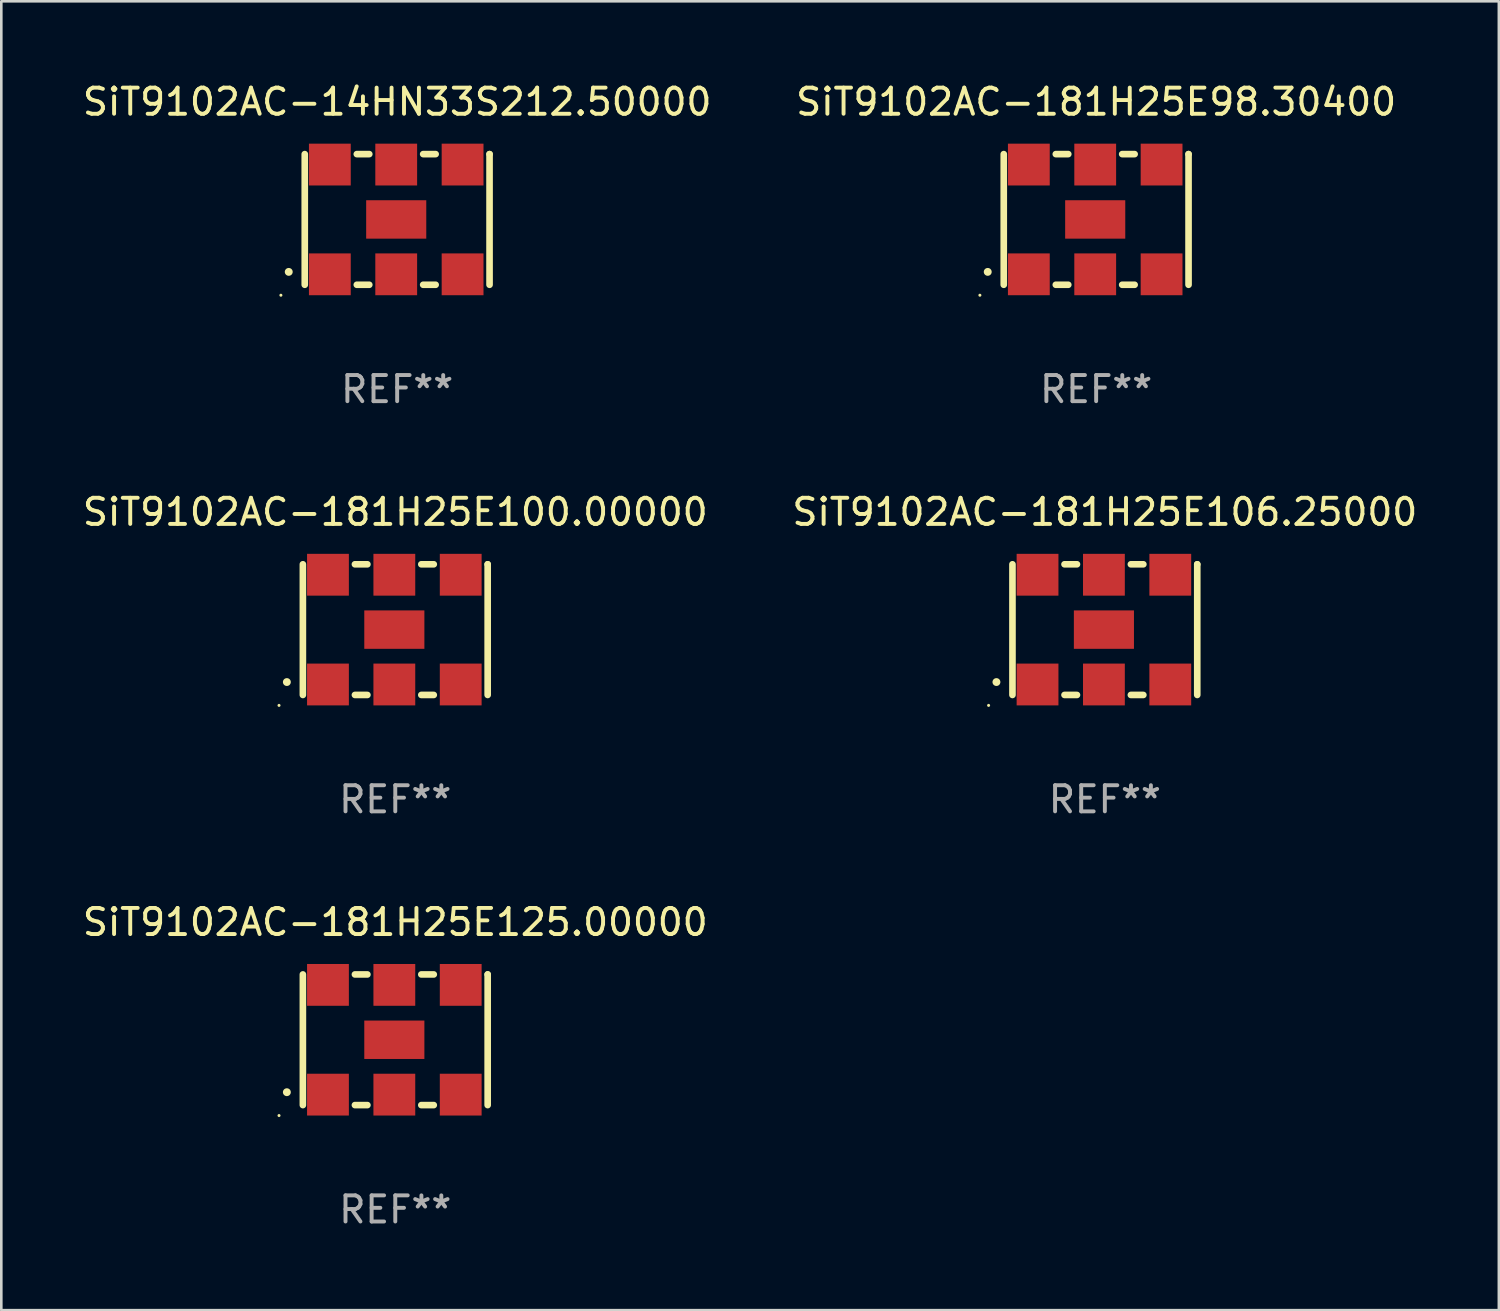
<source format=kicad_pcb>
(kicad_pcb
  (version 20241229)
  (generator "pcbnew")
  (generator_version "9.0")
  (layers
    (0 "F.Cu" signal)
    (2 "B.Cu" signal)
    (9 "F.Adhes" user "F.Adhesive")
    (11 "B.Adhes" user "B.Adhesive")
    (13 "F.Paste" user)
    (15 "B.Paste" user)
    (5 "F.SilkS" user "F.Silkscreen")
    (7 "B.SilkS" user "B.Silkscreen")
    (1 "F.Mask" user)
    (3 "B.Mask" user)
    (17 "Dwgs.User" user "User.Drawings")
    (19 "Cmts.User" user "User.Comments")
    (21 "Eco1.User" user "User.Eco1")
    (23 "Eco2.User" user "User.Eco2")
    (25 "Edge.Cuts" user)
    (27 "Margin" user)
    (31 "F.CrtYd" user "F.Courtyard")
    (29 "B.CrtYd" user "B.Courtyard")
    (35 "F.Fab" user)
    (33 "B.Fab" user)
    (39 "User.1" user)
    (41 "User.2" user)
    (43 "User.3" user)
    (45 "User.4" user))
  (footprint "SiT9102AC-14HN33S212.50000"
    (layer "F.Cu")
    (at 12.149 5.348)
    (property "Reference" "SiT9102AC-14HN33S212.50000" (at 0 -4.5 0) (layer "F.SilkS") (effects (font (size 1 1) (thickness 0.15))))
    (attr through_hole)
    (fp_line (start -3.536 -2.5) (end -3.536 2.5) (stroke (width 0.254) (type solid)) (layer "F.SilkS"))
    (fp_line (start -1.544 2.5) (end -1.067 2.5) (stroke (width 0.254) (type solid)) (layer "F.SilkS"))
    (fp_line (start -1.067 -2.5) (end -1.544 -2.5) (stroke (width 0.254) (type solid)) (layer "F.SilkS"))
    (fp_line (start 0.996 2.5) (end 1.473 2.5) (stroke (width 0.254) (type solid)) (layer "F.SilkS"))
    (fp_line (start 1.473 -2.5) (end 0.996 -2.5) (stroke (width 0.254) (type solid)) (layer "F.SilkS"))
    (fp_line (start 3.536 -2.5) (end 3.536 -2.5) (stroke (width 0.254) (type solid)) (layer "F.SilkS"))
    (fp_line (start 3.536 2.5) (end 3.536 -2.5) (stroke (width 0.254) (type solid)) (layer "F.SilkS"))
    (fp_arc (start -4.150432 2.006604) (mid -4.149162 2.006599) (end -4.147892 2.006604) (stroke (width 0.3) (type solid)) (layer "F.SilkS"))
    (fp_circle (center -4.449 2.9) (end -4.419 2.9) (stroke (width 0.06) (type solid)) (fill no) (layer "F.SilkS"))
    (fp_text user "REF**" (at 0 6.5 0) (layer "F.Fab") (effects (font (size 1 1) (thickness 0.15))))
    (pad "1" smd rect (at -2.576 2.1) (size 1.6 1.6) (layers "F.Cu" "F.Mask" "F.Paste"))
    (pad "2" smd rect (at -0.036 2.1) (size 1.6 1.6) (layers "F.Cu" "F.Mask" "F.Paste"))
    (pad "3" smd rect (at 2.504 2.1) (size 1.6 1.6) (layers "F.Cu" "F.Mask" "F.Paste"))
    (pad "4" smd rect (at 2.504 -2.1) (size 1.6 1.6) (layers "F.Cu" "F.Mask" "F.Paste"))
    (pad "5" smd rect (at -0.036 -2.1) (size 1.6 1.6) (layers "F.Cu" "F.Mask" "F.Paste"))
    (pad "6" smd rect (at -2.576 -2.1) (size 1.6 1.6) (layers "F.Cu" "F.Mask" "F.Paste"))
    (pad "7" smd rect (at -0.036 0) (size 2.3 1.47) (layers "F.Cu" "F.Mask" "F.Paste")))
  (footprint "SiT9102AC-181H25E125.00000"
    (layer "F.Cu")
    (at 12.077 36.741)
    (property "Reference" "SiT9102AC-181H25E125.00000" (at 0 -4.5 0) (layer "F.SilkS") (effects (font (size 1 1) (thickness 0.15))))
    (attr through_hole)
    (fp_line (start -3.536 -2.5) (end -3.536 2.5) (stroke (width 0.254) (type solid)) (layer "F.SilkS"))
    (fp_line (start -1.544 2.5) (end -1.067 2.5) (stroke (width 0.254) (type solid)) (layer "F.SilkS"))
    (fp_line (start -1.067 -2.5) (end -1.544 -2.5) (stroke (width 0.254) (type solid)) (layer "F.SilkS"))
    (fp_line (start 0.996 2.5) (end 1.473 2.5) (stroke (width 0.254) (type solid)) (layer "F.SilkS"))
    (fp_line (start 1.473 -2.5) (end 0.996 -2.5) (stroke (width 0.254) (type solid)) (layer "F.SilkS"))
    (fp_line (start 3.536 -2.5) (end 3.536 -2.5) (stroke (width 0.254) (type solid)) (layer "F.SilkS"))
    (fp_line (start 3.536 2.5) (end 3.536 -2.5) (stroke (width 0.254) (type solid)) (layer "F.SilkS"))
    (fp_arc (start -4.150432 2.006604) (mid -4.149162 2.006599) (end -4.147892 2.006604) (stroke (width 0.3) (type solid)) (layer "F.SilkS"))
    (fp_circle (center -4.449 2.9) (end -4.419 2.9) (stroke (width 0.06) (type solid)) (fill no) (layer "F.SilkS"))
    (fp_text user "REF**" (at 0 6.5 0) (layer "F.Fab") (effects (font (size 1 1) (thickness 0.15))))
    (pad "1" smd rect (at -2.576 2.1) (size 1.6 1.6) (layers "F.Cu" "F.Mask" "F.Paste"))
    (pad "2" smd rect (at -0.036 2.1) (size 1.6 1.6) (layers "F.Cu" "F.Mask" "F.Paste"))
    (pad "3" smd rect (at 2.504 2.1) (size 1.6 1.6) (layers "F.Cu" "F.Mask" "F.Paste"))
    (pad "4" smd rect (at 2.504 -2.1) (size 1.6 1.6) (layers "F.Cu" "F.Mask" "F.Paste"))
    (pad "5" smd rect (at -0.036 -2.1) (size 1.6 1.6) (layers "F.Cu" "F.Mask" "F.Paste"))
    (pad "6" smd rect (at -2.576 -2.1) (size 1.6 1.6) (layers "F.Cu" "F.Mask" "F.Paste"))
    (pad "7" smd rect (at -0.036 0) (size 2.3 1.47) (layers "F.Cu" "F.Mask" "F.Paste")))
  (footprint "SiT9102AC-181H25E106.25000"
    (layer "F.Cu")
    (at 39.232 21.045)
    (property "Reference" "SiT9102AC-181H25E106.25000" (at 0 -4.5 0) (layer "F.SilkS") (effects (font (size 1 1) (thickness 0.15))))
    (attr through_hole)
    (fp_line (start -3.536 -2.5) (end -3.536 2.5) (stroke (width 0.254) (type solid)) (layer "F.SilkS"))
    (fp_line (start -1.544 2.5) (end -1.067 2.5) (stroke (width 0.254) (type solid)) (layer "F.SilkS"))
    (fp_line (start -1.067 -2.5) (end -1.544 -2.5) (stroke (width 0.254) (type solid)) (layer "F.SilkS"))
    (fp_line (start 0.996 2.5) (end 1.473 2.5) (stroke (width 0.254) (type solid)) (layer "F.SilkS"))
    (fp_line (start 1.473 -2.5) (end 0.996 -2.5) (stroke (width 0.254) (type solid)) (layer "F.SilkS"))
    (fp_line (start 3.536 -2.5) (end 3.536 -2.5) (stroke (width 0.254) (type solid)) (layer "F.SilkS"))
    (fp_line (start 3.536 2.5) (end 3.536 -2.5) (stroke (width 0.254) (type solid)) (layer "F.SilkS"))
    (fp_arc (start -4.150432 2.006604) (mid -4.149162 2.006599) (end -4.147892 2.006604) (stroke (width 0.3) (type solid)) (layer "F.SilkS"))
    (fp_circle (center -4.449 2.9) (end -4.419 2.9) (stroke (width 0.06) (type solid)) (fill no) (layer "F.SilkS"))
    (fp_text user "REF**" (at 0 6.5 0) (layer "F.Fab") (effects (font (size 1 1) (thickness 0.15))))
    (pad "1" smd rect (at -2.576 2.1) (size 1.6 1.6) (layers "F.Cu" "F.Mask" "F.Paste"))
    (pad "2" smd rect (at -0.036 2.1) (size 1.6 1.6) (layers "F.Cu" "F.Mask" "F.Paste"))
    (pad "3" smd rect (at 2.504 2.1) (size 1.6 1.6) (layers "F.Cu" "F.Mask" "F.Paste"))
    (pad "4" smd rect (at 2.504 -2.1) (size 1.6 1.6) (layers "F.Cu" "F.Mask" "F.Paste"))
    (pad "5" smd rect (at -0.036 -2.1) (size 1.6 1.6) (layers "F.Cu" "F.Mask" "F.Paste"))
    (pad "6" smd rect (at -2.576 -2.1) (size 1.6 1.6) (layers "F.Cu" "F.Mask" "F.Paste"))
    (pad "7" smd rect (at -0.036 0) (size 2.3 1.47) (layers "F.Cu" "F.Mask" "F.Paste")))
  (footprint "SiT9102AC-181H25E100.00000"
    (layer "F.Cu")
    (at 12.077 21.045)
    (property "Reference" "SiT9102AC-181H25E100.00000" (at 0 -4.5 0) (layer "F.SilkS") (effects (font (size 1 1) (thickness 0.15))))
    (attr through_hole)
    (fp_line (start -3.536 -2.5) (end -3.536 2.5) (stroke (width 0.254) (type solid)) (layer "F.SilkS"))
    (fp_line (start -1.544 2.5) (end -1.067 2.5) (stroke (width 0.254) (type solid)) (layer "F.SilkS"))
    (fp_line (start -1.067 -2.5) (end -1.544 -2.5) (stroke (width 0.254) (type solid)) (layer "F.SilkS"))
    (fp_line (start 0.996 2.5) (end 1.473 2.5) (stroke (width 0.254) (type solid)) (layer "F.SilkS"))
    (fp_line (start 1.473 -2.5) (end 0.996 -2.5) (stroke (width 0.254) (type solid)) (layer "F.SilkS"))
    (fp_line (start 3.536 -2.5) (end 3.536 -2.5) (stroke (width 0.254) (type solid)) (layer "F.SilkS"))
    (fp_line (start 3.536 2.5) (end 3.536 -2.5) (stroke (width 0.254) (type solid)) (layer "F.SilkS"))
    (fp_arc (start -4.150432 2.006604) (mid -4.149162 2.006599) (end -4.147892 2.006604) (stroke (width 0.3) (type solid)) (layer "F.SilkS"))
    (fp_circle (center -4.449 2.9) (end -4.419 2.9) (stroke (width 0.06) (type solid)) (fill no) (layer "F.SilkS"))
    (fp_text user "REF**" (at 0 6.5 0) (layer "F.Fab") (effects (font (size 1 1) (thickness 0.15))))
    (pad "1" smd rect (at -2.576 2.1) (size 1.6 1.6) (layers "F.Cu" "F.Mask" "F.Paste"))
    (pad "2" smd rect (at -0.036 2.1) (size 1.6 1.6) (layers "F.Cu" "F.Mask" "F.Paste"))
    (pad "3" smd rect (at 2.504 2.1) (size 1.6 1.6) (layers "F.Cu" "F.Mask" "F.Paste"))
    (pad "4" smd rect (at 2.504 -2.1) (size 1.6 1.6) (layers "F.Cu" "F.Mask" "F.Paste"))
    (pad "5" smd rect (at -0.036 -2.1) (size 1.6 1.6) (layers "F.Cu" "F.Mask" "F.Paste"))
    (pad "6" smd rect (at -2.576 -2.1) (size 1.6 1.6) (layers "F.Cu" "F.Mask" "F.Paste"))
    (pad "7" smd rect (at -0.036 0) (size 2.3 1.47) (layers "F.Cu" "F.Mask" "F.Paste")))
  (footprint "SiT9102AC-181H25E98.30400"
    (layer "F.Cu")
    (at 38.899 5.348)
    (property "Reference" "SiT9102AC-181H25E98.30400" (at 0 -4.5 0) (layer "F.SilkS") (effects (font (size 1 1) (thickness 0.15))))
    (attr through_hole)
    (fp_line (start -3.536 -2.5) (end -3.536 2.5) (stroke (width 0.254) (type solid)) (layer "F.SilkS"))
    (fp_line (start -1.544 2.5) (end -1.067 2.5) (stroke (width 0.254) (type solid)) (layer "F.SilkS"))
    (fp_line (start -1.067 -2.5) (end -1.544 -2.5) (stroke (width 0.254) (type solid)) (layer "F.SilkS"))
    (fp_line (start 0.996 2.5) (end 1.473 2.5) (stroke (width 0.254) (type solid)) (layer "F.SilkS"))
    (fp_line (start 1.473 -2.5) (end 0.996 -2.5) (stroke (width 0.254) (type solid)) (layer "F.SilkS"))
    (fp_line (start 3.536 -2.5) (end 3.536 -2.5) (stroke (width 0.254) (type solid)) (layer "F.SilkS"))
    (fp_line (start 3.536 2.5) (end 3.536 -2.5) (stroke (width 0.254) (type solid)) (layer "F.SilkS"))
    (fp_arc (start -4.150432 2.006604) (mid -4.149162 2.006599) (end -4.147892 2.006604) (stroke (width 0.3) (type solid)) (layer "F.SilkS"))
    (fp_circle (center -4.449 2.9) (end -4.419 2.9) (stroke (width 0.06) (type solid)) (fill no) (layer "F.SilkS"))
    (fp_text user "REF**" (at 0 6.5 0) (layer "F.Fab") (effects (font (size 1 1) (thickness 0.15))))
    (pad "1" smd rect (at -2.576 2.1) (size 1.6 1.6) (layers "F.Cu" "F.Mask" "F.Paste"))
    (pad "2" smd rect (at -0.036 2.1) (size 1.6 1.6) (layers "F.Cu" "F.Mask" "F.Paste"))
    (pad "3" smd rect (at 2.504 2.1) (size 1.6 1.6) (layers "F.Cu" "F.Mask" "F.Paste"))
    (pad "4" smd rect (at 2.504 -2.1) (size 1.6 1.6) (layers "F.Cu" "F.Mask" "F.Paste"))
    (pad "5" smd rect (at -0.036 -2.1) (size 1.6 1.6) (layers "F.Cu" "F.Mask" "F.Paste"))
    (pad "6" smd rect (at -2.576 -2.1) (size 1.6 1.6) (layers "F.Cu" "F.Mask" "F.Paste"))
    (pad "7" smd rect (at -0.036 0) (size 2.3 1.47) (layers "F.Cu" "F.Mask" "F.Paste")))
  (gr_rect
    (start -3 -3)
    (end 54.31 47.09)
    (stroke (width 0.1) (type default))
    (fill no)
    (layer "Edge.Cuts")))
</source>
